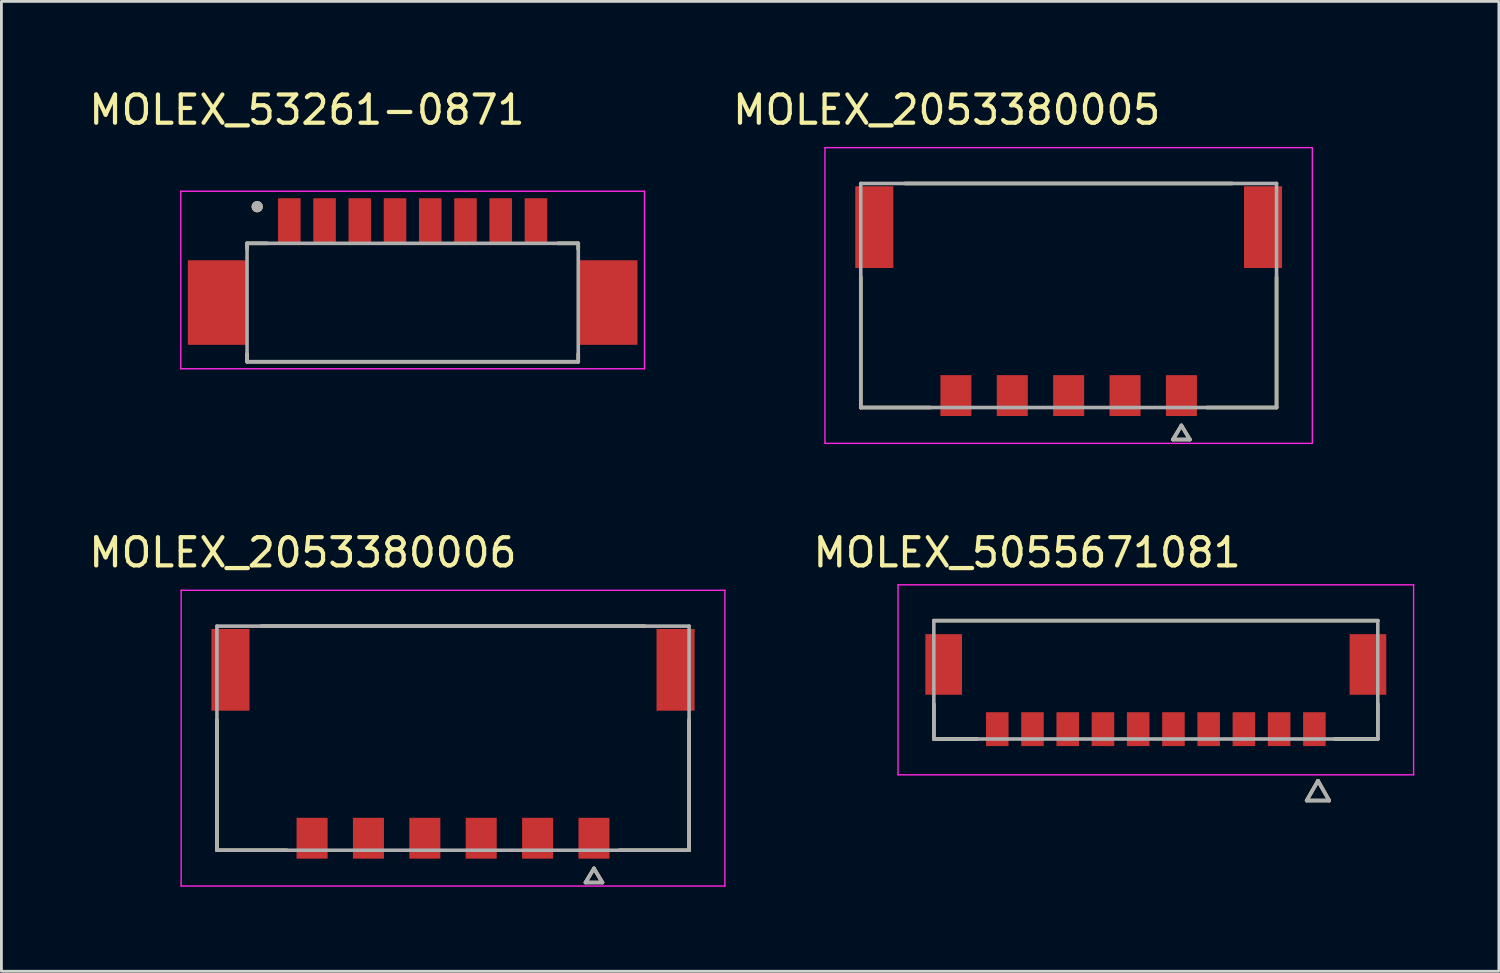
<source format=kicad_pcb>
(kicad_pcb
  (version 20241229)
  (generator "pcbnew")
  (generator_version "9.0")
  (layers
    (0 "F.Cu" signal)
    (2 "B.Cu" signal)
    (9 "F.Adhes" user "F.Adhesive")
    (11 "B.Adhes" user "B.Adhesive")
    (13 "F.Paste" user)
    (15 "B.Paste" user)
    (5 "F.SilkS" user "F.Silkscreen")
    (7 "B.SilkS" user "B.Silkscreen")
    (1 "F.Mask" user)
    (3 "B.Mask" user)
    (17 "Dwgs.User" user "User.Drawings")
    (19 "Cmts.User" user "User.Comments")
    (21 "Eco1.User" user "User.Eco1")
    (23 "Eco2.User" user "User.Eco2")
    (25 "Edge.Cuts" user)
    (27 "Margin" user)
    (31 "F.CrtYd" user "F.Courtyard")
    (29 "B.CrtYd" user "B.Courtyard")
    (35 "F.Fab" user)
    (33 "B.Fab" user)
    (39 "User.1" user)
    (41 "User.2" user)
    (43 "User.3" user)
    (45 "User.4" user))
  (footprint "MOLEX_2053380006"
    (layer "F.Cu")
    (at 13.021 23.137)
    (property "Reference" "MOLEX_2053380006" (at -5.325 -6.585 0) (layer "F.SilkS") (effects (font (size 1 1) (thickness 0.15))))
    (attr smd)
    (fp_poly (pts (xy -8.646 -3.951) (xy -7.144 -3.951) (xy -7.144 -0.899) (xy -8.646 -0.899)) (stroke (width 0.01) (type solid)) (fill yes) (layer "F.Mask"))
    (fp_poly (pts (xy -5.626 2.749) (xy -4.374 2.749) (xy -4.374 4.351) (xy -5.626 4.351)) (stroke (width 0.01) (type solid)) (fill yes) (layer "F.Mask"))
    (fp_poly (pts (xy -3.626 2.749) (xy -2.374 2.749) (xy -2.374 4.351) (xy -3.626 4.351)) (stroke (width 0.01) (type solid)) (fill yes) (layer "F.Mask"))
    (fp_poly (pts (xy -1.626 2.749) (xy -0.374 2.749) (xy -0.374 4.351) (xy -1.626 4.351)) (stroke (width 0.01) (type solid)) (fill yes) (layer "F.Mask"))
    (fp_poly (pts (xy 0.374 2.749) (xy 1.626 2.749) (xy 1.626 4.351) (xy 0.374 4.351)) (stroke (width 0.01) (type solid)) (fill yes) (layer "F.Mask"))
    (fp_poly (pts (xy 2.374 2.749) (xy 3.626 2.749) (xy 3.626 4.351) (xy 2.374 4.351)) (stroke (width 0.01) (type solid)) (fill yes) (layer "F.Mask"))
    (fp_poly (pts (xy 4.374 2.749) (xy 5.626 2.749) (xy 5.626 4.351) (xy 4.374 4.351)) (stroke (width 0.01) (type solid)) (fill yes) (layer "F.Mask"))
    (fp_poly (pts (xy 7.144 -3.951) (xy 8.646 -3.951) (xy 8.646 -0.899) (xy 7.144 -0.899)) (stroke (width 0.01) (type solid)) (fill yes) (layer "F.Mask"))
    (fp_line (start -8.375 3.975) (end -8.375 -0.65) (stroke (width 0.127) (type solid)) (layer "F.SilkS"))
    (fp_line (start -5.9 3.975) (end -8.375 3.975) (stroke (width 0.127) (type solid)) (layer "F.SilkS"))
    (fp_line (start 4.7 5.12) (end 5 4.62) (stroke (width 0.127) (type solid)) (layer "F.SilkS"))
    (fp_line (start 5 4.62) (end 5.3 5.12) (stroke (width 0.127) (type solid)) (layer "F.SilkS"))
    (fp_line (start 5.3 5.12) (end 4.7 5.12) (stroke (width 0.127) (type solid)) (layer "F.SilkS"))
    (fp_line (start 6.8 -3.975) (end -6.8 -3.975) (stroke (width 0.127) (type solid)) (layer "F.SilkS"))
    (fp_line (start 8.375 -0.65) (end 8.375 3.975) (stroke (width 0.127) (type solid)) (layer "F.SilkS"))
    (fp_line (start 8.375 3.975) (end 5.9 3.975) (stroke (width 0.127) (type solid)) (layer "F.SilkS"))
    (fp_line (start -9.645 -5.245) (end 9.645 -5.245) (stroke (width 0.05) (type solid)) (layer "F.CrtYd"))
    (fp_line (start -9.645 5.245) (end -9.645 -5.245) (stroke (width 0.05) (type solid)) (layer "F.CrtYd"))
    (fp_line (start -9.645 5.245) (end 9.645 5.245) (stroke (width 0.05) (type solid)) (layer "F.CrtYd"))
    (fp_line (start 9.645 -5.245) (end 9.645 5.245) (stroke (width 0.05) (type solid)) (layer "F.CrtYd"))
    (fp_line (start -8.375 -3.975) (end 8.375 -3.975) (stroke (width 0.127) (type solid)) (layer "F.Fab"))
    (fp_line (start -8.375 3.975) (end -8.375 -3.975) (stroke (width 0.127) (type solid)) (layer "F.Fab"))
    (fp_line (start 4.7 5.12) (end 5 4.62) (stroke (width 0.127) (type solid)) (layer "F.Fab"))
    (fp_line (start 5 4.62) (end 5.3 5.12) (stroke (width 0.127) (type solid)) (layer "F.Fab"))
    (fp_line (start 5.3 5.12) (end 4.7 5.12) (stroke (width 0.127) (type solid)) (layer "F.Fab"))
    (fp_line (start 8.375 -3.975) (end 8.375 3.975) (stroke (width 0.127) (type solid)) (layer "F.Fab"))
    (fp_line (start 8.375 3.975) (end -8.375 3.975) (stroke (width 0.127) (type solid)) (layer "F.Fab"))
    (pad "1" smd rect (at 5 3.55) (size 1.1 1.45) (layers "F.Cu" "F.Paste"))
    (pad "2" smd rect (at 3 3.55) (size 1.1 1.45) (layers "F.Cu" "F.Paste"))
    (pad "3" smd rect (at 1 3.55) (size 1.1 1.45) (layers "F.Cu" "F.Paste"))
    (pad "4" smd rect (at -1 3.55) (size 1.1 1.45) (layers "F.Cu" "F.Paste"))
    (pad "5" smd rect (at -3 3.55) (size 1.1 1.45) (layers "F.Cu" "F.Paste"))
    (pad "6" smd rect (at -5 3.55) (size 1.1 1.45) (layers "F.Cu" "F.Paste"))
    (pad "S1" smd rect (at 7.895 -2.425) (size 1.35 2.9) (layers "F.Cu" "F.Paste"))
    (pad "S2" smd rect (at -7.895 -2.425) (size 1.35 2.9) (layers "F.Cu" "F.Paste"))
    (zone (net_name "") (layer "F.Cu") (hatch full 0.508) (connect_pads) (min_thickness 0.01) (filled_areas_thickness no) (keepout (tracks not_allowed) (vias not_allowed) (pads not_allowed) (copperpour not_allowed) (footprints allowed)) (placement (enabled no)) (fill) (polygon (pts (xy 5.806 22.166) (xy 5.806 19.162) (xy 6.821 19.162) (xy 6.821 21.162) (xy 19.221 21.162) (xy 19.221 19.162) (xy 20.236 19.162) (xy 20.236 22.166) (xy 20.996 22.166) (xy 20.996 26.762) (xy 18.576 26.762) (xy 18.576 25.956) (xy 17.466 25.956) (xy 17.466 26.762) (xy 16.576 26.762) (xy 16.576 25.956) (xy 15.466 25.956) (xy 15.466 26.762) (xy 15.461 26.686) (xy 15.461 26.762) (xy 14.576 26.762) (xy 14.576 25.956) (xy 13.466 25.956) (xy 13.466 26.762) (xy 12.576 26.762) (xy 12.576 25.956) (xy 11.466 25.956) (xy 11.466 26.762) (xy 10.576 26.762) (xy 10.576 25.956) (xy 9.466 25.956) (xy 9.466 26.762) (xy 8.576 26.762) (xy 8.576 25.956) (xy 7.466 25.956) (xy 7.466 26.762) (xy 5.046 26.762) (xy 5.046 22.166))))
    (zone (net_name "") (layers "F.Cu" "B.Cu") (hatch full 0.508) (connect_pads) (min_thickness 0.01) (filled_areas_thickness no) (keepout (tracks allowed) (vias not_allowed) (pads allowed) (copperpour allowed) (footprints allowed)) (placement (enabled no)) (fill) (polygon (pts (xy 5.806 22.166) (xy 5.806 19.162) (xy 6.821 19.162) (xy 6.821 21.162) (xy 19.221 21.162) (xy 19.221 19.162) (xy 20.236 19.162) (xy 20.236 22.166) (xy 20.996 22.166) (xy 20.996 26.762) (xy 18.576 26.762) (xy 18.576 25.956) (xy 17.466 25.956) (xy 17.466 26.762) (xy 16.576 26.762) (xy 16.576 25.956) (xy 15.466 25.956) (xy 15.466 26.762) (xy 14.576 26.762) (xy 14.576 25.956) (xy 13.466 25.956) (xy 13.466 26.762) (xy 12.576 26.762) (xy 12.576 25.956) (xy 11.466 25.956) (xy 11.466 26.762) (xy 10.576 26.762) (xy 10.576 25.956) (xy 9.466 25.956) (xy 9.466 26.762) (xy 8.576 26.762) (xy 8.576 25.956) (xy 7.466 25.956) (xy 7.466 26.762) (xy 5.046 26.762) (xy 5.046 22.166)))))
  (footprint "MOLEX_2053380005"
    (layer "F.Cu")
    (at 34.861 7.433)
    (property "Reference" "MOLEX_2053380005" (at -4.325 -6.585 0) (layer "F.SilkS") (effects (font (size 1 1) (thickness 0.15))))
    (attr smd)
    (fp_poly (pts (xy -7.646 -3.951) (xy -6.144 -3.951) (xy -6.144 -0.899) (xy -7.646 -0.899)) (stroke (width 0.01) (type solid)) (fill yes) (layer "F.Mask"))
    (fp_poly (pts (xy -4.626 2.749) (xy -3.374 2.749) (xy -3.374 4.351) (xy -4.626 4.351)) (stroke (width 0.01) (type solid)) (fill yes) (layer "F.Mask"))
    (fp_poly (pts (xy -2.626 2.749) (xy -1.374 2.749) (xy -1.374 4.351) (xy -2.626 4.351)) (stroke (width 0.01) (type solid)) (fill yes) (layer "F.Mask"))
    (fp_poly (pts (xy -0.626 2.749) (xy 0.626 2.749) (xy 0.626 4.351) (xy -0.626 4.351)) (stroke (width 0.01) (type solid)) (fill yes) (layer "F.Mask"))
    (fp_poly (pts (xy 1.374 2.749) (xy 2.626 2.749) (xy 2.626 4.351) (xy 1.374 4.351)) (stroke (width 0.01) (type solid)) (fill yes) (layer "F.Mask"))
    (fp_poly (pts (xy 3.374 2.749) (xy 4.626 2.749) (xy 4.626 4.351) (xy 3.374 4.351)) (stroke (width 0.01) (type solid)) (fill yes) (layer "F.Mask"))
    (fp_poly (pts (xy 6.144 -3.951) (xy 7.646 -3.951) (xy 7.646 -0.899) (xy 6.144 -0.899)) (stroke (width 0.01) (type solid)) (fill yes) (layer "F.Mask"))
    (fp_line (start -7.375 3.975) (end -7.375 -0.65) (stroke (width 0.127) (type solid)) (layer "F.SilkS"))
    (fp_line (start -4.9 3.975) (end -7.375 3.975) (stroke (width 0.127) (type solid)) (layer "F.SilkS"))
    (fp_line (start 3.7 5.11) (end 4 4.61) (stroke (width 0.127) (type solid)) (layer "F.SilkS"))
    (fp_line (start 4 4.61) (end 4.3 5.11) (stroke (width 0.127) (type solid)) (layer "F.SilkS"))
    (fp_line (start 4.3 5.11) (end 3.7 5.11) (stroke (width 0.127) (type solid)) (layer "F.SilkS"))
    (fp_line (start 5.8 -3.975) (end -5.8 -3.975) (stroke (width 0.127) (type solid)) (layer "F.SilkS"))
    (fp_line (start 7.375 -0.65) (end 7.375 3.975) (stroke (width 0.127) (type solid)) (layer "F.SilkS"))
    (fp_line (start 7.375 3.975) (end 4.9 3.975) (stroke (width 0.127) (type solid)) (layer "F.SilkS"))
    (fp_line (start -8.645 -5.245) (end 8.645 -5.245) (stroke (width 0.05) (type solid)) (layer "F.CrtYd"))
    (fp_line (start -8.645 5.245) (end -8.645 -5.245) (stroke (width 0.05) (type solid)) (layer "F.CrtYd"))
    (fp_line (start -8.645 5.245) (end 8.645 5.245) (stroke (width 0.05) (type solid)) (layer "F.CrtYd"))
    (fp_line (start 8.645 -5.245) (end 8.645 5.245) (stroke (width 0.05) (type solid)) (layer "F.CrtYd"))
    (fp_line (start -7.375 -3.975) (end 7.375 -3.975) (stroke (width 0.127) (type solid)) (layer "F.Fab"))
    (fp_line (start -7.375 3.975) (end -7.375 -3.975) (stroke (width 0.127) (type solid)) (layer "F.Fab"))
    (fp_line (start 3.7 5.11) (end 4 4.61) (stroke (width 0.127) (type solid)) (layer "F.Fab"))
    (fp_line (start 4 4.61) (end 4.3 5.11) (stroke (width 0.127) (type solid)) (layer "F.Fab"))
    (fp_line (start 4.3 5.11) (end 3.7 5.11) (stroke (width 0.127) (type solid)) (layer "F.Fab"))
    (fp_line (start 7.375 -3.975) (end 7.375 3.975) (stroke (width 0.127) (type solid)) (layer "F.Fab"))
    (fp_line (start 7.375 3.975) (end -7.375 3.975) (stroke (width 0.127) (type solid)) (layer "F.Fab"))
    (pad "1" smd rect (at 4 3.55) (size 1.1 1.45) (layers "F.Cu" "F.Paste"))
    (pad "2" smd rect (at 2 3.55) (size 1.1 1.45) (layers "F.Cu" "F.Paste"))
    (pad "3" smd rect (at 0 3.55) (size 1.1 1.45) (layers "F.Cu" "F.Paste"))
    (pad "4" smd rect (at -2 3.55) (size 1.1 1.45) (layers "F.Cu" "F.Paste"))
    (pad "5" smd rect (at -4 3.55) (size 1.1 1.45) (layers "F.Cu" "F.Paste"))
    (pad "S1" smd rect (at 6.895 -2.425) (size 1.35 2.9) (layers "F.Cu" "F.Paste"))
    (pad "S2" smd rect (at -6.895 -2.425) (size 1.35 2.9) (layers "F.Cu" "F.Paste"))
    (zone (net_name "") (layer "F.Cu") (hatch full 0.508) (connect_pads) (min_thickness 0.01) (filled_areas_thickness no) (keepout (tracks not_allowed) (vias not_allowed) (pads not_allowed) (copperpour not_allowed) (footprints allowed)) (placement (enabled no)) (fill) (polygon (pts (xy 28.646 6.463) (xy 28.646 3.458) (xy 29.661 3.458) (xy 29.661 5.458) (xy 40.061 5.458) (xy 40.061 3.458) (xy 41.076 3.458) (xy 41.076 6.463) (xy 41.836 6.463) (xy 41.836 11.058) (xy 39.416 11.058) (xy 39.416 10.253) (xy 38.306 10.253) (xy 38.306 11.058) (xy 37.416 11.058) (xy 37.416 10.253) (xy 36.306 10.253) (xy 36.306 11.058) (xy 36.301 10.983) (xy 36.301 11.058) (xy 35.416 11.058) (xy 35.416 10.253) (xy 34.306 10.253) (xy 34.306 11.058) (xy 33.416 11.058) (xy 33.416 10.253) (xy 32.306 10.253) (xy 32.306 11.058) (xy 31.416 11.058) (xy 31.416 10.253) (xy 30.306 10.253) (xy 30.306 11.058) (xy 27.886 11.058) (xy 27.886 6.463))))
    (zone (net_name "") (layers "F.Cu" "B.Cu") (hatch full 0.508) (connect_pads) (min_thickness 0.01) (filled_areas_thickness no) (keepout (tracks allowed) (vias not_allowed) (pads allowed) (copperpour allowed) (footprints allowed)) (placement (enabled no)) (fill) (polygon (pts (xy 28.646 6.463) (xy 28.646 3.458) (xy 29.661 3.458) (xy 29.661 5.458) (xy 40.061 5.458) (xy 40.061 3.458) (xy 41.076 3.458) (xy 41.076 6.463) (xy 41.836 6.463) (xy 41.836 11.058) (xy 39.416 11.058) (xy 39.416 10.253) (xy 38.306 10.253) (xy 38.306 11.058) (xy 37.416 11.058) (xy 37.416 10.253) (xy 36.306 10.253) (xy 36.306 11.058) (xy 35.416 11.058) (xy 35.416 10.253) (xy 34.306 10.253) (xy 34.306 11.058) (xy 33.416 11.058) (xy 33.416 10.253) (xy 32.306 10.253) (xy 32.306 11.058) (xy 31.416 11.058) (xy 31.416 10.253) (xy 30.306 10.253) (xy 30.306 11.058) (xy 27.886 11.058) (xy 27.886 6.463)))))
  (footprint "MOLEX_53261-0871"
    (layer "F.Cu")
    (at 11.589 7.683)
    (property "Reference" "MOLEX_53261-0871" (at -3.75 -6.835 0) (layer "F.SilkS") (effects (font (size 1 1) (thickness 0.15))))
    (attr smd)
    (fp_line (start -5.875 -2.1) (end -5.875 -1.9) (stroke (width 0.127) (type solid)) (layer "F.SilkS"))
    (fp_line (start -5.875 2.1) (end -5.875 1.825) (stroke (width 0.127) (type solid)) (layer "F.SilkS"))
    (fp_line (start -5.875 2.1) (end 5.875 2.1) (stroke (width 0.127) (type solid)) (layer "F.SilkS"))
    (fp_line (start -5.15 -2.1) (end -5.875 -2.1) (stroke (width 0.127) (type solid)) (layer "F.SilkS"))
    (fp_line (start 5.15 -2.1) (end 5.875 -2.1) (stroke (width 0.127) (type solid)) (layer "F.SilkS"))
    (fp_line (start 5.875 -2.1) (end 5.875 -1.9) (stroke (width 0.127) (type solid)) (layer "F.SilkS"))
    (fp_line (start 5.875 2.1) (end 5.875 1.825) (stroke (width 0.127) (type solid)) (layer "F.SilkS"))
    (fp_circle (center -5.515 -3.4) (end -5.415 -3.4) (stroke (width 0.2) (type solid)) (fill no) (layer "F.SilkS"))
    (fp_line (start -8.225 -3.95) (end 8.225 -3.95) (stroke (width 0.05) (type solid)) (layer "F.CrtYd"))
    (fp_line (start -8.225 2.35) (end -8.225 -3.95) (stroke (width 0.05) (type solid)) (layer "F.CrtYd"))
    (fp_line (start 8.225 -3.95) (end 8.225 2.35) (stroke (width 0.05) (type solid)) (layer "F.CrtYd"))
    (fp_line (start 8.225 2.35) (end -8.225 2.35) (stroke (width 0.05) (type solid)) (layer "F.CrtYd"))
    (fp_line (start -5.875 -2.1) (end 5.875 -2.1) (stroke (width 0.127) (type solid)) (layer "F.Fab"))
    (fp_line (start -5.875 2.1) (end -5.875 -2.1) (stroke (width 0.127) (type solid)) (layer "F.Fab"))
    (fp_line (start -5.875 2.1) (end 5.875 2.1) (stroke (width 0.127) (type solid)) (layer "F.Fab"))
    (fp_line (start 5.875 -2.1) (end 5.875 2.1) (stroke (width 0.127) (type solid)) (layer "F.Fab"))
    (fp_circle (center -5.515 -3.4) (end -5.415 -3.4) (stroke (width 0.2) (type solid)) (fill no) (layer "F.Fab"))
    (pad "1" smd rect (at -4.375 -2.9) (size 0.8 1.6) (layers "F.Cu" "F.Mask" "F.Paste"))
    (pad "2" smd rect (at -3.125 -2.9) (size 0.8 1.6) (layers "F.Cu" "F.Mask" "F.Paste"))
    (pad "3" smd rect (at -1.875 -2.9) (size 0.8 1.6) (layers "F.Cu" "F.Mask" "F.Paste"))
    (pad "4" smd rect (at -0.625 -2.9) (size 0.8 1.6) (layers "F.Cu" "F.Mask" "F.Paste"))
    (pad "5" smd rect (at 0.625 -2.9) (size 0.8 1.6) (layers "F.Cu" "F.Mask" "F.Paste"))
    (pad "6" smd rect (at 1.875 -2.9) (size 0.8 1.6) (layers "F.Cu" "F.Mask" "F.Paste"))
    (pad "7" smd rect (at 3.125 -2.9) (size 0.8 1.6) (layers "F.Cu" "F.Mask" "F.Paste"))
    (pad "8" smd rect (at 4.375 -2.9) (size 0.8 1.6) (layers "F.Cu" "F.Mask" "F.Paste"))
    (pad "S1" smd rect (at -6.925 0) (size 2.1 3) (layers "F.Cu" "F.Mask" "F.Paste"))
    (pad "S2" smd rect (at 6.925 0) (size 2.1 3) (layers "F.Cu" "F.Mask" "F.Paste")))
  (footprint "MOLEX_5055671081"
    (layer "F.Cu")
    (at 37.953 21.067)
    (property "Reference" "MOLEX_5055671081" (at -4.565 -4.515 0) (layer "F.SilkS") (effects (font (size 1 1) (thickness 0.15))))
    (attr smd)
    (fp_poly (pts (xy -8.251 -1.696) (xy -6.799 -1.696) (xy -6.799 0.606) (xy -8.251 0.606)) (stroke (width 0.01) (type solid)) (fill yes) (layer "F.Mask"))
    (fp_poly (pts (xy -6.101 1.074) (xy -5.149 1.074) (xy -5.149 2.426) (xy -6.101 2.426)) (stroke (width 0.01) (type solid)) (fill yes) (layer "F.Mask"))
    (fp_poly (pts (xy -4.851 1.074) (xy -3.899 1.074) (xy -3.899 2.426) (xy -4.851 2.426)) (stroke (width 0.01) (type solid)) (fill yes) (layer "F.Mask"))
    (fp_poly (pts (xy -3.601 1.074) (xy -2.649 1.074) (xy -2.649 2.426) (xy -3.601 2.426)) (stroke (width 0.01) (type solid)) (fill yes) (layer "F.Mask"))
    (fp_poly (pts (xy -2.351 1.074) (xy -1.399 1.074) (xy -1.399 2.426) (xy -2.351 2.426)) (stroke (width 0.01) (type solid)) (fill yes) (layer "F.Mask"))
    (fp_poly (pts (xy -1.101 1.074) (xy -0.149 1.074) (xy -0.149 2.426) (xy -1.101 2.426)) (stroke (width 0.01) (type solid)) (fill yes) (layer "F.Mask"))
    (fp_poly (pts (xy 0.149 1.074) (xy 1.101 1.074) (xy 1.101 2.426) (xy 0.149 2.426)) (stroke (width 0.01) (type solid)) (fill yes) (layer "F.Mask"))
    (fp_poly (pts (xy 1.399 1.074) (xy 2.351 1.074) (xy 2.351 2.426) (xy 1.399 2.426)) (stroke (width 0.01) (type solid)) (fill yes) (layer "F.Mask"))
    (fp_poly (pts (xy 2.649 1.074) (xy 3.601 1.074) (xy 3.601 2.426) (xy 2.649 2.426)) (stroke (width 0.01) (type solid)) (fill yes) (layer "F.Mask"))
    (fp_poly (pts (xy 3.899 1.074) (xy 4.851 1.074) (xy 4.851 2.426) (xy 3.899 2.426)) (stroke (width 0.01) (type solid)) (fill yes) (layer "F.Mask"))
    (fp_poly (pts (xy 5.149 1.074) (xy 6.101 1.074) (xy 6.101 2.426) (xy 5.149 2.426)) (stroke (width 0.01) (type solid)) (fill yes) (layer "F.Mask"))
    (fp_poly (pts (xy 6.799 -1.696) (xy 8.251 -1.696) (xy 8.251 0.606) (xy 6.799 0.606)) (stroke (width 0.01) (type solid)) (fill yes) (layer "F.Mask"))
    (fp_line (start -7.875 2.1) (end -7.875 0.85) (stroke (width 0.127) (type solid)) (layer "F.SilkS"))
    (fp_line (start -6.345 2.1) (end -7.875 2.1) (stroke (width 0.127) (type solid)) (layer "F.SilkS"))
    (fp_line (start 5.352 4.282) (end 6.152 4.282) (stroke (width 0.127) (type solid)) (layer "F.SilkS"))
    (fp_line (start 5.752 3.582) (end 5.352 4.282) (stroke (width 0.127) (type solid)) (layer "F.SilkS"))
    (fp_line (start 6.152 4.282) (end 5.752 3.582) (stroke (width 0.127) (type solid)) (layer "F.SilkS"))
    (fp_line (start 7.875 -2.1) (end -7.875 -2.1) (stroke (width 0.127) (type solid)) (layer "F.SilkS"))
    (fp_line (start 7.875 0.85) (end 7.875 2.1) (stroke (width 0.127) (type solid)) (layer "F.SilkS"))
    (fp_line (start 7.875 2.1) (end 6.345 2.1) (stroke (width 0.127) (type solid)) (layer "F.SilkS"))
    (fp_line (start -9.145 -3.37) (end 9.145 -3.37) (stroke (width 0.05) (type solid)) (layer "F.CrtYd"))
    (fp_line (start -9.145 3.37) (end -9.145 -3.37) (stroke (width 0.05) (type solid)) (layer "F.CrtYd"))
    (fp_line (start -9.145 3.37) (end 9.145 3.37) (stroke (width 0.05) (type solid)) (layer "F.CrtYd"))
    (fp_line (start 9.145 -3.37) (end 9.145 3.37) (stroke (width 0.05) (type solid)) (layer "F.CrtYd"))
    (fp_line (start -7.875 -2.1) (end 7.875 -2.1) (stroke (width 0.127) (type solid)) (layer "F.Fab"))
    (fp_line (start -7.875 2.1) (end -7.875 -2.1) (stroke (width 0.127) (type solid)) (layer "F.Fab"))
    (fp_line (start 5.352 4.282) (end 6.152 4.282) (stroke (width 0.127) (type solid)) (layer "F.Fab"))
    (fp_line (start 5.752 3.582) (end 5.352 4.282) (stroke (width 0.127) (type solid)) (layer "F.Fab"))
    (fp_line (start 6.152 4.282) (end 5.752 3.582) (stroke (width 0.127) (type solid)) (layer "F.Fab"))
    (fp_line (start 7.875 -2.1) (end 7.875 2.1) (stroke (width 0.127) (type solid)) (layer "F.Fab"))
    (fp_line (start 7.875 2.1) (end -7.875 2.1) (stroke (width 0.127) (type solid)) (layer "F.Fab"))
    (pad "1" smd rect (at 5.625 1.75) (size 0.8 1.2) (layers "F.Cu" "F.Paste"))
    (pad "2" smd rect (at 4.375 1.75) (size 0.8 1.2) (layers "F.Cu" "F.Paste"))
    (pad "3" smd rect (at 3.125 1.75) (size 0.8 1.2) (layers "F.Cu" "F.Paste"))
    (pad "4" smd rect (at 1.875 1.75) (size 0.8 1.2) (layers "F.Cu" "F.Paste"))
    (pad "5" smd rect (at 0.625 1.75) (size 0.8 1.2) (layers "F.Cu" "F.Paste"))
    (pad "6" smd rect (at -0.625 1.75) (size 0.8 1.2) (layers "F.Cu" "F.Paste"))
    (pad "7" smd rect (at -1.875 1.75) (size 0.8 1.2) (layers "F.Cu" "F.Paste"))
    (pad "8" smd rect (at -3.125 1.75) (size 0.8 1.2) (layers "F.Cu" "F.Paste"))
    (pad "9" smd rect (at -4.375 1.75) (size 0.8 1.2) (layers "F.Cu" "F.Paste"))
    (pad "10" smd rect (at -5.625 1.75) (size 0.8 1.2) (layers "F.Cu" "F.Paste"))
    (pad "S1" smd rect (at -7.525 -0.545) (size 1.3 2.15) (layers "F.Cu" "F.Paste"))
    (pad "S2" smd rect (at 7.525 -0.545) (size 1.3 2.15) (layers "F.Cu" "F.Paste"))
    (zone (net_name "") (layer "F.Cu") (hatch full 0.508) (connect_pads) (min_thickness 0.01) (filled_areas_thickness no) (keepout (tracks not_allowed) (vias not_allowed) (pads not_allowed) (copperpour not_allowed) (footprints allowed)) (placement (enabled no)) (fill) (polygon (pts (xy 31.928 23.616) (xy 29.478 23.616) (xy 29.478 21.596) (xy 31.078 21.596) (xy 31.078 19.447) (xy 30.278 19.447) (xy 30.278 18.146) (xy 32.478 18.146) (xy 32.478 22.216) (xy 31.928 22.216))))
    (zone (net_name "") (layer "F.Cu") (hatch full 0.508) (connect_pads) (min_thickness 0.01) (filled_areas_thickness no) (keepout (tracks not_allowed) (vias not_allowed) (pads not_allowed) (copperpour not_allowed) (footprints allowed)) (placement (enabled no)) (fill) (polygon (pts (xy 43.428 18.146) (xy 43.428 22.216) (xy 43.978 22.216) (xy 43.978 23.616) (xy 46.428 23.616) (xy 46.428 21.596) (xy 44.828 21.596) (xy 44.828 19.447) (xy 45.628 19.447) (xy 45.628 18.146))))
    (zone (net_name "") (layers "F.Cu" "B.Cu") (hatch full 0.508) (connect_pads) (min_thickness 0.01) (filled_areas_thickness no) (keepout (tracks allowed) (vias not_allowed) (pads allowed) (copperpour allowed) (footprints allowed)) (placement (enabled no)) (fill) (polygon (pts (xy 31.928 23.616) (xy 29.478 23.616) (xy 29.478 21.596) (xy 31.078 21.596) (xy 31.078 19.447) (xy 30.278 19.447) (xy 30.278 18.146) (xy 32.478 18.146) (xy 32.478 22.216) (xy 31.928 22.216))))
    (zone (net_name "") (layers "F.Cu" "B.Cu") (hatch full 0.508) (connect_pads) (min_thickness 0.01) (filled_areas_thickness no) (keepout (tracks allowed) (vias not_allowed) (pads allowed) (copperpour allowed) (footprints allowed)) (placement (enabled no)) (fill) (polygon (pts (xy 43.428 18.146) (xy 43.428 22.216) (xy 43.978 22.216) (xy 43.978 23.616) (xy 46.428 23.616) (xy 46.428 21.596) (xy 44.828 21.596) (xy 44.828 19.447) (xy 45.628 19.447) (xy 45.628 18.146)))))
  (gr_rect
    (start -3 -3)
    (end 50.123 31.407)
    (stroke (width 0.1) (type default))
    (fill no)
    (layer "Edge.Cuts")))
</source>
